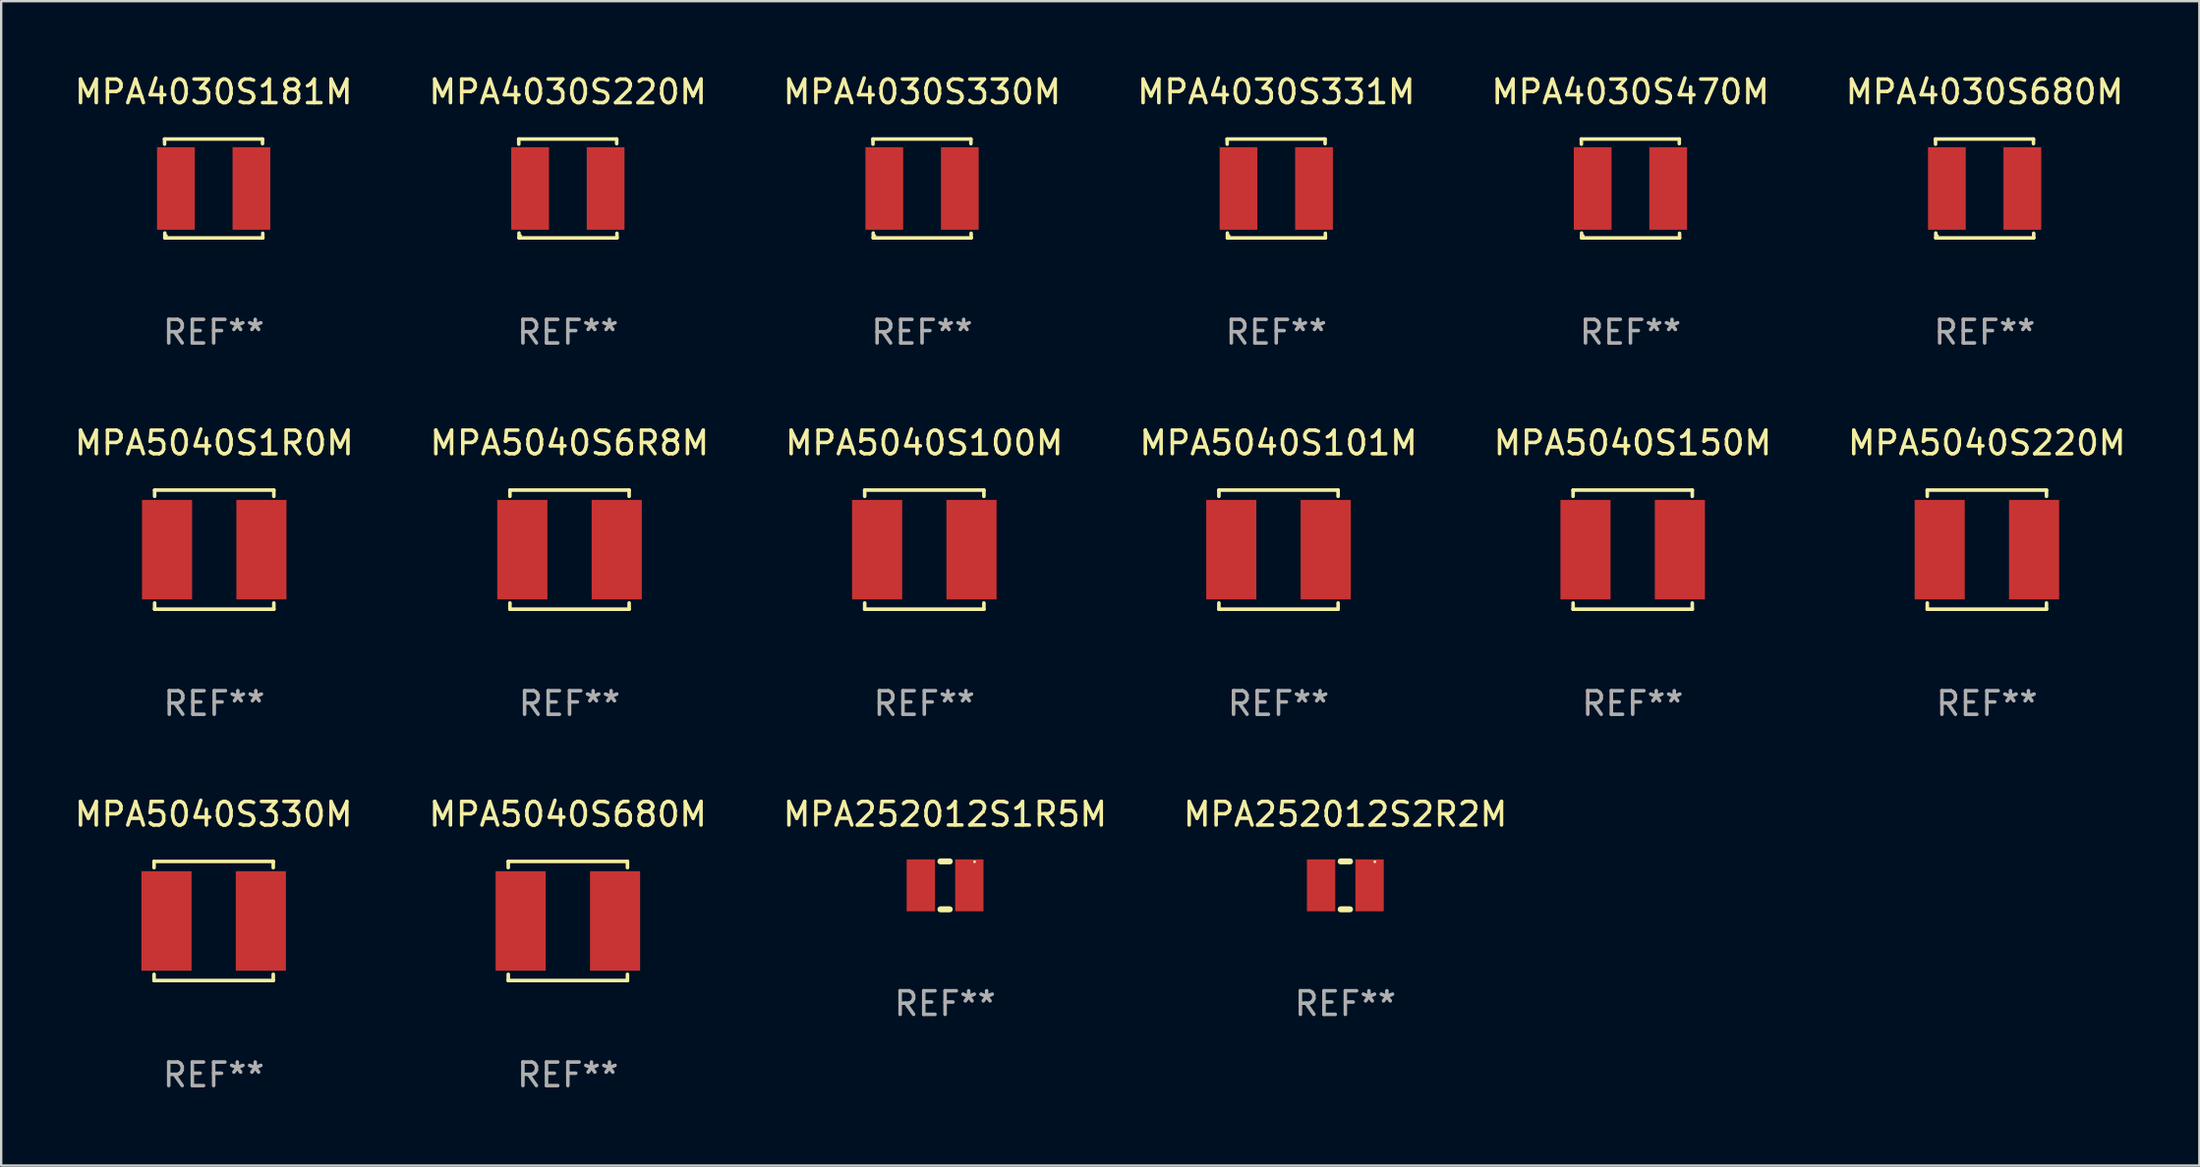
<source format=kicad_pcb>
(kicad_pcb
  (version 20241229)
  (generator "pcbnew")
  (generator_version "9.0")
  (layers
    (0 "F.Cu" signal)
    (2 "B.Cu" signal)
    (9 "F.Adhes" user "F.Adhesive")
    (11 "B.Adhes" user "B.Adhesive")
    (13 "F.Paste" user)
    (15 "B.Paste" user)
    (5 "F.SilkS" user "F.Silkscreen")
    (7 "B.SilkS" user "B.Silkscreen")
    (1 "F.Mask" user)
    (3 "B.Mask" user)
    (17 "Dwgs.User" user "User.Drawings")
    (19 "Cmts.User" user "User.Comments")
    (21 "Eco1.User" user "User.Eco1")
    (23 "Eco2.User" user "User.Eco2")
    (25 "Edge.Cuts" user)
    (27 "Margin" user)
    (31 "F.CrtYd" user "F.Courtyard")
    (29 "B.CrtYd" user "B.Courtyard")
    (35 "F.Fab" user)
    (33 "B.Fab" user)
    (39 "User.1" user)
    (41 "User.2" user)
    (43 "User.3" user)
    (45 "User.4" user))
  (footprint "MPA5040S101M"
    (layer "F.Cu")
    (at 51.137 20.263)
    (property "Reference" "MPA5040S101M" (at 0 -4.526 0) (layer "F.SilkS") (effects (font (size 1 1) (thickness 0.15))))
    (attr through_hole)
    (fp_line (start -2.526 -2.526) (end 2.526 -2.526) (stroke (width 0.152) (type solid)) (layer "F.SilkS"))
    (fp_line (start -2.526 -2.262) (end -2.526 -2.526) (stroke (width 0.152) (type solid)) (layer "F.SilkS"))
    (fp_line (start -2.526 2.262) (end -2.526 2.526) (stroke (width 0.152) (type solid)) (layer "F.SilkS"))
    (fp_line (start -2.526 2.526) (end 2.526 2.526) (stroke (width 0.152) (type solid)) (layer "F.SilkS"))
    (fp_line (start 2.526 -2.526) (end 2.526 -2.262) (stroke (width 0.152) (type solid)) (layer "F.SilkS"))
    (fp_line (start 2.526 2.526) (end 2.526 2.262) (stroke (width 0.152) (type solid)) (layer "F.SilkS"))
    (fp_circle (center 2.5 -2.5) (end 2.53 -2.5) (stroke (width 0.06) (type solid)) (fill no) (layer "F.SilkS"))
    (fp_text user "REF**" (at 0 6.526 0) (layer "F.Fab") (effects (font (size 1 1) (thickness 0.15))))
    (pad "1" smd rect (at 2 0) (size 2.124 4.22) (layers "F.Cu" "F.Mask" "F.Paste"))
    (pad "2" smd rect (at -2 0) (size 2.124 4.22) (layers "F.Cu" "F.Mask" "F.Paste")))
  (footprint "MPA5040S100M"
    (layer "F.Cu")
    (at 36.125 20.263)
    (property "Reference" "MPA5040S100M" (at 0 -4.526 0) (layer "F.SilkS") (effects (font (size 1 1) (thickness 0.15))))
    (attr through_hole)
    (fp_line (start -2.526 -2.526) (end 2.526 -2.526) (stroke (width 0.152) (type solid)) (layer "F.SilkS"))
    (fp_line (start -2.526 -2.262) (end -2.526 -2.526) (stroke (width 0.152) (type solid)) (layer "F.SilkS"))
    (fp_line (start -2.526 2.262) (end -2.526 2.526) (stroke (width 0.152) (type solid)) (layer "F.SilkS"))
    (fp_line (start -2.526 2.526) (end 2.526 2.526) (stroke (width 0.152) (type solid)) (layer "F.SilkS"))
    (fp_line (start 2.526 -2.526) (end 2.526 -2.262) (stroke (width 0.152) (type solid)) (layer "F.SilkS"))
    (fp_line (start 2.526 2.526) (end 2.526 2.262) (stroke (width 0.152) (type solid)) (layer "F.SilkS"))
    (fp_circle (center 2.5 -2.5) (end 2.53 -2.5) (stroke (width 0.06) (type solid)) (fill no) (layer "F.SilkS"))
    (fp_text user "REF**" (at 0 6.526 0) (layer "F.Fab") (effects (font (size 1 1) (thickness 0.15))))
    (pad "1" smd rect (at 2 0) (size 2.124 4.22) (layers "F.Cu" "F.Mask" "F.Paste"))
    (pad "2" smd rect (at -2 0) (size 2.124 4.22) (layers "F.Cu" "F.Mask" "F.Paste")))
  (footprint "MPA4030S181M"
    (layer "F.Cu")
    (at 6.006 4.944)
    (property "Reference" "MPA4030S181M" (at 0 -4.096 0) (layer "F.SilkS") (effects (font (size 1 1) (thickness 0.15))))
    (attr through_hole)
    (fp_line (start -2.083 -2.096) (end -2.08 -1.88) (stroke (width 0.15) (type solid)) (layer "F.SilkS"))
    (fp_line (start -2.07 1.89) (end -2.07 2.096) (stroke (width 0.15) (type solid)) (layer "F.SilkS"))
    (fp_line (start -2.07 2.096) (end 2.083 2.096) (stroke (width 0.15) (type solid)) (layer "F.SilkS"))
    (fp_line (start 2.07 -1.9) (end 2.07 -2.096) (stroke (width 0.15) (type solid)) (layer "F.SilkS"))
    (fp_line (start 2.07 -2.096) (end -2.083 -2.096) (stroke (width 0.15) (type solid)) (layer "F.SilkS"))
    (fp_line (start 2.083 2.096) (end 2.08 1.9) (stroke (width 0.15) (type solid)) (layer "F.SilkS"))
    (fp_circle (center -2 2) (end -1.97 2) (stroke (width 0.06) (type solid)) (fill no) (layer "F.SilkS"))
    (fp_text user "REF**" (at 0 6.096 0) (layer "F.Fab") (effects (font (size 1 1) (thickness 0.15))))
    (pad "1" smd rect (at -1.6 -0.000343) (size 1.6 3.5) (layers "F.Cu" "F.Mask" "F.Paste"))
    (pad "2" smd rect (at 1.6 -0.000343) (size 1.6 3.5) (layers "F.Cu" "F.Mask" "F.Paste")))
  (footprint "MPA4030S330M"
    (layer "F.Cu")
    (at 36.03 4.944)
    (property "Reference" "MPA4030S330M" (at 0 -4.096 0) (layer "F.SilkS") (effects (font (size 1 1) (thickness 0.15))))
    (attr through_hole)
    (fp_line (start -2.083 -2.096) (end -2.08 -1.88) (stroke (width 0.15) (type solid)) (layer "F.SilkS"))
    (fp_line (start -2.07 1.89) (end -2.07 2.096) (stroke (width 0.15) (type solid)) (layer "F.SilkS"))
    (fp_line (start -2.07 2.096) (end 2.083 2.096) (stroke (width 0.15) (type solid)) (layer "F.SilkS"))
    (fp_line (start 2.07 -1.9) (end 2.07 -2.096) (stroke (width 0.15) (type solid)) (layer "F.SilkS"))
    (fp_line (start 2.07 -2.096) (end -2.083 -2.096) (stroke (width 0.15) (type solid)) (layer "F.SilkS"))
    (fp_line (start 2.083 2.096) (end 2.08 1.9) (stroke (width 0.15) (type solid)) (layer "F.SilkS"))
    (fp_circle (center -2 2) (end -1.97 2) (stroke (width 0.06) (type solid)) (fill no) (layer "F.SilkS"))
    (fp_text user "REF**" (at 0 6.096 0) (layer "F.Fab") (effects (font (size 1 1) (thickness 0.15))))
    (pad "1" smd rect (at -1.6 -0.000343) (size 1.6 3.5) (layers "F.Cu" "F.Mask" "F.Paste"))
    (pad "2" smd rect (at 1.6 -0.000343) (size 1.6 3.5) (layers "F.Cu" "F.Mask" "F.Paste")))
  (footprint "MPA5040S220M"
    (layer "F.Cu")
    (at 81.161 20.263)
    (property "Reference" "MPA5040S220M" (at 0 -4.526 0) (layer "F.SilkS") (effects (font (size 1 1) (thickness 0.15))))
    (attr through_hole)
    (fp_line (start -2.526 -2.526) (end 2.526 -2.526) (stroke (width 0.152) (type solid)) (layer "F.SilkS"))
    (fp_line (start -2.526 -2.262) (end -2.526 -2.526) (stroke (width 0.152) (type solid)) (layer "F.SilkS"))
    (fp_line (start -2.526 2.262) (end -2.526 2.526) (stroke (width 0.152) (type solid)) (layer "F.SilkS"))
    (fp_line (start -2.526 2.526) (end 2.526 2.526) (stroke (width 0.152) (type solid)) (layer "F.SilkS"))
    (fp_line (start 2.526 -2.526) (end 2.526 -2.262) (stroke (width 0.152) (type solid)) (layer "F.SilkS"))
    (fp_line (start 2.526 2.526) (end 2.526 2.262) (stroke (width 0.152) (type solid)) (layer "F.SilkS"))
    (fp_circle (center 2.5 -2.5) (end 2.53 -2.5) (stroke (width 0.06) (type solid)) (fill no) (layer "F.SilkS"))
    (fp_text user "REF**" (at 0 6.526 0) (layer "F.Fab") (effects (font (size 1 1) (thickness 0.15))))
    (pad "1" smd rect (at 2 0) (size 2.124 4.22) (layers "F.Cu" "F.Mask" "F.Paste"))
    (pad "2" smd rect (at -2 0) (size 2.124 4.22) (layers "F.Cu" "F.Mask" "F.Paste")))
  (footprint "MPA4030S680M"
    (layer "F.Cu")
    (at 81.065 4.944)
    (property "Reference" "MPA4030S680M" (at 0 -4.096 0) (layer "F.SilkS") (effects (font (size 1 1) (thickness 0.15))))
    (attr through_hole)
    (fp_line (start -2.083 -2.096) (end -2.08 -1.88) (stroke (width 0.15) (type solid)) (layer "F.SilkS"))
    (fp_line (start -2.07 1.89) (end -2.07 2.096) (stroke (width 0.15) (type solid)) (layer "F.SilkS"))
    (fp_line (start -2.07 2.096) (end 2.083 2.096) (stroke (width 0.15) (type solid)) (layer "F.SilkS"))
    (fp_line (start 2.07 -1.9) (end 2.07 -2.096) (stroke (width 0.15) (type solid)) (layer "F.SilkS"))
    (fp_line (start 2.07 -2.096) (end -2.083 -2.096) (stroke (width 0.15) (type solid)) (layer "F.SilkS"))
    (fp_line (start 2.083 2.096) (end 2.08 1.9) (stroke (width 0.15) (type solid)) (layer "F.SilkS"))
    (fp_circle (center -2 2) (end -1.97 2) (stroke (width 0.06) (type solid)) (fill no) (layer "F.SilkS"))
    (fp_text user "REF**" (at 0 6.096 0) (layer "F.Fab") (effects (font (size 1 1) (thickness 0.15))))
    (pad "1" smd rect (at -1.6 -0.000343) (size 1.6 3.5) (layers "F.Cu" "F.Mask" "F.Paste"))
    (pad "2" smd rect (at 1.6 -0.000343) (size 1.6 3.5) (layers "F.Cu" "F.Mask" "F.Paste")))
  (footprint "MPA4030S220M"
    (layer "F.Cu")
    (at 21.018 4.944)
    (property "Reference" "MPA4030S220M" (at 0 -4.096 0) (layer "F.SilkS") (effects (font (size 1 1) (thickness 0.15))))
    (attr through_hole)
    (fp_line (start -2.083 -2.096) (end -2.08 -1.88) (stroke (width 0.15) (type solid)) (layer "F.SilkS"))
    (fp_line (start -2.07 1.89) (end -2.07 2.096) (stroke (width 0.15) (type solid)) (layer "F.SilkS"))
    (fp_line (start -2.07 2.096) (end 2.083 2.096) (stroke (width 0.15) (type solid)) (layer "F.SilkS"))
    (fp_line (start 2.07 -1.9) (end 2.07 -2.096) (stroke (width 0.15) (type solid)) (layer "F.SilkS"))
    (fp_line (start 2.07 -2.096) (end -2.083 -2.096) (stroke (width 0.15) (type solid)) (layer "F.SilkS"))
    (fp_line (start 2.083 2.096) (end 2.08 1.9) (stroke (width 0.15) (type solid)) (layer "F.SilkS"))
    (fp_circle (center -2 2) (end -1.97 2) (stroke (width 0.06) (type solid)) (fill no) (layer "F.SilkS"))
    (fp_text user "REF**" (at 0 6.096 0) (layer "F.Fab") (effects (font (size 1 1) (thickness 0.15))))
    (pad "1" smd rect (at -1.6 -0.000343) (size 1.6 3.5) (layers "F.Cu" "F.Mask" "F.Paste"))
    (pad "2" smd rect (at 1.6 -0.000343) (size 1.6 3.5) (layers "F.Cu" "F.Mask" "F.Paste")))
  (footprint "MPA252012S2R2M"
    (layer "F.Cu")
    (at 53.97 34.501)
    (property "Reference" "MPA252012S2R2M" (at 0 -3.016 0) (layer "F.SilkS") (effects (font (size 1 1) (thickness 0.15))))
    (attr through_hole)
    (fp_line (start -0.197 1.016) (end 0.197 1.016) (stroke (width 0.254) (type solid)) (layer "F.SilkS"))
    (fp_line (start 0.197 -1.016) (end -0.197 -1.016) (stroke (width 0.254) (type solid)) (layer "F.SilkS"))
    (fp_circle (center 1.25 -1) (end 1.28 -1) (stroke (width 0.06) (type solid)) (fill no) (layer "F.SilkS"))
    (fp_text user "REF**" (at 0 5.016 0) (layer "F.Fab") (effects (font (size 1 1) (thickness 0.15))))
    (pad "1" smd rect (at 1.028 0) (size 1.2 2.2) (layers "F.Cu" "F.Mask" "F.Paste"))
    (pad "2" smd rect (at -1.028 0) (size 1.2 2.2) (layers "F.Cu" "F.Mask" "F.Paste")))
  (footprint "MPA252012S1R5M"
    (layer "F.Cu")
    (at 37.006 34.501)
    (property "Reference" "MPA252012S1R5M" (at 0 -3.016 0) (layer "F.SilkS") (effects (font (size 1 1) (thickness 0.15))))
    (attr through_hole)
    (fp_line (start -0.197 1.016) (end 0.197 1.016) (stroke (width 0.254) (type solid)) (layer "F.SilkS"))
    (fp_line (start 0.197 -1.016) (end -0.197 -1.016) (stroke (width 0.254) (type solid)) (layer "F.SilkS"))
    (fp_circle (center 1.25 -1) (end 1.28 -1) (stroke (width 0.06) (type solid)) (fill no) (layer "F.SilkS"))
    (fp_text user "REF**" (at 0 5.016 0) (layer "F.Fab") (effects (font (size 1 1) (thickness 0.15))))
    (pad "1" smd rect (at 1.028 0) (size 1.2 2.2) (layers "F.Cu" "F.Mask" "F.Paste"))
    (pad "2" smd rect (at -1.028 0) (size 1.2 2.2) (layers "F.Cu" "F.Mask" "F.Paste")))
  (footprint "MPA4030S331M"
    (layer "F.Cu")
    (at 51.042 4.944)
    (property "Reference" "MPA4030S331M" (at 0 -4.096 0) (layer "F.SilkS") (effects (font (size 1 1) (thickness 0.15))))
    (attr through_hole)
    (fp_line (start -2.083 -2.096) (end -2.08 -1.88) (stroke (width 0.15) (type solid)) (layer "F.SilkS"))
    (fp_line (start -2.07 1.89) (end -2.07 2.096) (stroke (width 0.15) (type solid)) (layer "F.SilkS"))
    (fp_line (start -2.07 2.096) (end 2.083 2.096) (stroke (width 0.15) (type solid)) (layer "F.SilkS"))
    (fp_line (start 2.07 -1.9) (end 2.07 -2.096) (stroke (width 0.15) (type solid)) (layer "F.SilkS"))
    (fp_line (start 2.07 -2.096) (end -2.083 -2.096) (stroke (width 0.15) (type solid)) (layer "F.SilkS"))
    (fp_line (start 2.083 2.096) (end 2.08 1.9) (stroke (width 0.15) (type solid)) (layer "F.SilkS"))
    (fp_circle (center -2 2) (end -1.97 2) (stroke (width 0.06) (type solid)) (fill no) (layer "F.SilkS"))
    (fp_text user "REF**" (at 0 6.096 0) (layer "F.Fab") (effects (font (size 1 1) (thickness 0.15))))
    (pad "1" smd rect (at -1.6 -0.000343) (size 1.6 3.5) (layers "F.Cu" "F.Mask" "F.Paste"))
    (pad "2" smd rect (at 1.6 -0.000343) (size 1.6 3.5) (layers "F.Cu" "F.Mask" "F.Paste")))
  (footprint "MPA4030S470M"
    (layer "F.Cu")
    (at 66.054 4.944)
    (property "Reference" "MPA4030S470M" (at 0 -4.096 0) (layer "F.SilkS") (effects (font (size 1 1) (thickness 0.15))))
    (attr through_hole)
    (fp_line (start -2.083 -2.096) (end -2.08 -1.88) (stroke (width 0.15) (type solid)) (layer "F.SilkS"))
    (fp_line (start -2.07 1.89) (end -2.07 2.096) (stroke (width 0.15) (type solid)) (layer "F.SilkS"))
    (fp_line (start -2.07 2.096) (end 2.083 2.096) (stroke (width 0.15) (type solid)) (layer "F.SilkS"))
    (fp_line (start 2.07 -1.9) (end 2.07 -2.096) (stroke (width 0.15) (type solid)) (layer "F.SilkS"))
    (fp_line (start 2.07 -2.096) (end -2.083 -2.096) (stroke (width 0.15) (type solid)) (layer "F.SilkS"))
    (fp_line (start 2.083 2.096) (end 2.08 1.9) (stroke (width 0.15) (type solid)) (layer "F.SilkS"))
    (fp_circle (center -2 2) (end -1.97 2) (stroke (width 0.06) (type solid)) (fill no) (layer "F.SilkS"))
    (fp_text user "REF**" (at 0 6.096 0) (layer "F.Fab") (effects (font (size 1 1) (thickness 0.15))))
    (pad "1" smd rect (at -1.6 -0.000343) (size 1.6 3.5) (layers "F.Cu" "F.Mask" "F.Paste"))
    (pad "2" smd rect (at 1.6 -0.000343) (size 1.6 3.5) (layers "F.Cu" "F.Mask" "F.Paste")))
  (footprint "MPA5040S1R0M"
    (layer "F.Cu")
    (at 6.03 20.263)
    (property "Reference" "MPA5040S1R0M" (at 0 -4.526 0) (layer "F.SilkS") (effects (font (size 1 1) (thickness 0.15))))
    (attr through_hole)
    (fp_line (start -2.526 -2.526) (end 2.526 -2.526) (stroke (width 0.152) (type solid)) (layer "F.SilkS"))
    (fp_line (start -2.526 -2.262) (end -2.526 -2.526) (stroke (width 0.152) (type solid)) (layer "F.SilkS"))
    (fp_line (start -2.526 2.262) (end -2.526 2.526) (stroke (width 0.152) (type solid)) (layer "F.SilkS"))
    (fp_line (start -2.526 2.526) (end 2.526 2.526) (stroke (width 0.152) (type solid)) (layer "F.SilkS"))
    (fp_line (start 2.526 -2.526) (end 2.526 -2.262) (stroke (width 0.152) (type solid)) (layer "F.SilkS"))
    (fp_line (start 2.526 2.526) (end 2.526 2.262) (stroke (width 0.152) (type solid)) (layer "F.SilkS"))
    (fp_circle (center 2.5 -2.5) (end 2.53 -2.5) (stroke (width 0.06) (type solid)) (fill no) (layer "F.SilkS"))
    (fp_text user "REF**" (at 0 6.526 0) (layer "F.Fab") (effects (font (size 1 1) (thickness 0.15))))
    (pad "1" smd rect (at 2 0) (size 2.124 4.22) (layers "F.Cu" "F.Mask" "F.Paste"))
    (pad "2" smd rect (at -2 0) (size 2.124 4.22) (layers "F.Cu" "F.Mask" "F.Paste")))
  (footprint "MPA5040S330M"
    (layer "F.Cu")
    (at 6.006 36.012)
    (property "Reference" "MPA5040S330M" (at 0 -4.526 0) (layer "F.SilkS") (effects (font (size 1 1) (thickness 0.15))))
    (attr through_hole)
    (fp_line (start -2.526 -2.526) (end 2.526 -2.526) (stroke (width 0.152) (type solid)) (layer "F.SilkS"))
    (fp_line (start -2.526 -2.262) (end -2.526 -2.526) (stroke (width 0.152) (type solid)) (layer "F.SilkS"))
    (fp_line (start -2.526 2.262) (end -2.526 2.526) (stroke (width 0.152) (type solid)) (layer "F.SilkS"))
    (fp_line (start -2.526 2.526) (end 2.526 2.526) (stroke (width 0.152) (type solid)) (layer "F.SilkS"))
    (fp_line (start 2.526 -2.526) (end 2.526 -2.262) (stroke (width 0.152) (type solid)) (layer "F.SilkS"))
    (fp_line (start 2.526 2.526) (end 2.526 2.262) (stroke (width 0.152) (type solid)) (layer "F.SilkS"))
    (fp_circle (center 2.5 -2.5) (end 2.53 -2.5) (stroke (width 0.06) (type solid)) (fill no) (layer "F.SilkS"))
    (fp_text user "REF**" (at 0 6.526 0) (layer "F.Fab") (effects (font (size 1 1) (thickness 0.15))))
    (pad "1" smd rect (at 2 0) (size 2.124 4.22) (layers "F.Cu" "F.Mask" "F.Paste"))
    (pad "2" smd rect (at -2 0) (size 2.124 4.22) (layers "F.Cu" "F.Mask" "F.Paste")))
  (footprint "MPA5040S6R8M"
    (layer "F.Cu")
    (at 21.089 20.263)
    (property "Reference" "MPA5040S6R8M" (at 0 -4.526 0) (layer "F.SilkS") (effects (font (size 1 1) (thickness 0.15))))
    (attr through_hole)
    (fp_line (start -2.526 -2.526) (end 2.526 -2.526) (stroke (width 0.152) (type solid)) (layer "F.SilkS"))
    (fp_line (start -2.526 -2.262) (end -2.526 -2.526) (stroke (width 0.152) (type solid)) (layer "F.SilkS"))
    (fp_line (start -2.526 2.262) (end -2.526 2.526) (stroke (width 0.152) (type solid)) (layer "F.SilkS"))
    (fp_line (start -2.526 2.526) (end 2.526 2.526) (stroke (width 0.152) (type solid)) (layer "F.SilkS"))
    (fp_line (start 2.526 -2.526) (end 2.526 -2.262) (stroke (width 0.152) (type solid)) (layer "F.SilkS"))
    (fp_line (start 2.526 2.526) (end 2.526 2.262) (stroke (width 0.152) (type solid)) (layer "F.SilkS"))
    (fp_circle (center 2.5 -2.5) (end 2.53 -2.5) (stroke (width 0.06) (type solid)) (fill no) (layer "F.SilkS"))
    (fp_text user "REF**" (at 0 6.526 0) (layer "F.Fab") (effects (font (size 1 1) (thickness 0.15))))
    (pad "1" smd rect (at 2 0) (size 2.124 4.22) (layers "F.Cu" "F.Mask" "F.Paste"))
    (pad "2" smd rect (at -2 0) (size 2.124 4.22) (layers "F.Cu" "F.Mask" "F.Paste")))
  (footprint "MPA5040S150M"
    (layer "F.Cu")
    (at 66.149 20.263)
    (property "Reference" "MPA5040S150M" (at 0 -4.526 0) (layer "F.SilkS") (effects (font (size 1 1) (thickness 0.15))))
    (attr through_hole)
    (fp_line (start -2.526 -2.526) (end 2.526 -2.526) (stroke (width 0.152) (type solid)) (layer "F.SilkS"))
    (fp_line (start -2.526 -2.262) (end -2.526 -2.526) (stroke (width 0.152) (type solid)) (layer "F.SilkS"))
    (fp_line (start -2.526 2.262) (end -2.526 2.526) (stroke (width 0.152) (type solid)) (layer "F.SilkS"))
    (fp_line (start -2.526 2.526) (end 2.526 2.526) (stroke (width 0.152) (type solid)) (layer "F.SilkS"))
    (fp_line (start 2.526 -2.526) (end 2.526 -2.262) (stroke (width 0.152) (type solid)) (layer "F.SilkS"))
    (fp_line (start 2.526 2.526) (end 2.526 2.262) (stroke (width 0.152) (type solid)) (layer "F.SilkS"))
    (fp_circle (center 2.5 -2.5) (end 2.53 -2.5) (stroke (width 0.06) (type solid)) (fill no) (layer "F.SilkS"))
    (fp_text user "REF**" (at 0 6.526 0) (layer "F.Fab") (effects (font (size 1 1) (thickness 0.15))))
    (pad "1" smd rect (at 2 0) (size 2.124 4.22) (layers "F.Cu" "F.Mask" "F.Paste"))
    (pad "2" smd rect (at -2 0) (size 2.124 4.22) (layers "F.Cu" "F.Mask" "F.Paste")))
  (footprint "MPA5040S680M"
    (layer "F.Cu")
    (at 21.018 36.012)
    (property "Reference" "MPA5040S680M" (at 0 -4.526 0) (layer "F.SilkS") (effects (font (size 1 1) (thickness 0.15))))
    (attr through_hole)
    (fp_line (start -2.526 -2.526) (end 2.526 -2.526) (stroke (width 0.152) (type solid)) (layer "F.SilkS"))
    (fp_line (start -2.526 -2.262) (end -2.526 -2.526) (stroke (width 0.152) (type solid)) (layer "F.SilkS"))
    (fp_line (start -2.526 2.262) (end -2.526 2.526) (stroke (width 0.152) (type solid)) (layer "F.SilkS"))
    (fp_line (start -2.526 2.526) (end 2.526 2.526) (stroke (width 0.152) (type solid)) (layer "F.SilkS"))
    (fp_line (start 2.526 -2.526) (end 2.526 -2.262) (stroke (width 0.152) (type solid)) (layer "F.SilkS"))
    (fp_line (start 2.526 2.526) (end 2.526 2.262) (stroke (width 0.152) (type solid)) (layer "F.SilkS"))
    (fp_circle (center 2.5 -2.5) (end 2.53 -2.5) (stroke (width 0.06) (type solid)) (fill no) (layer "F.SilkS"))
    (fp_text user "REF**" (at 0 6.526 0) (layer "F.Fab") (effects (font (size 1 1) (thickness 0.15))))
    (pad "1" smd rect (at 2 0) (size 2.124 4.22) (layers "F.Cu" "F.Mask" "F.Paste"))
    (pad "2" smd rect (at -2 0) (size 2.124 4.22) (layers "F.Cu" "F.Mask" "F.Paste")))
  (gr_rect
    (start -3 -3)
    (end 90.167 46.386)
    (stroke (width 0.1) (type default))
    (fill no)
    (layer "Edge.Cuts")))
</source>
